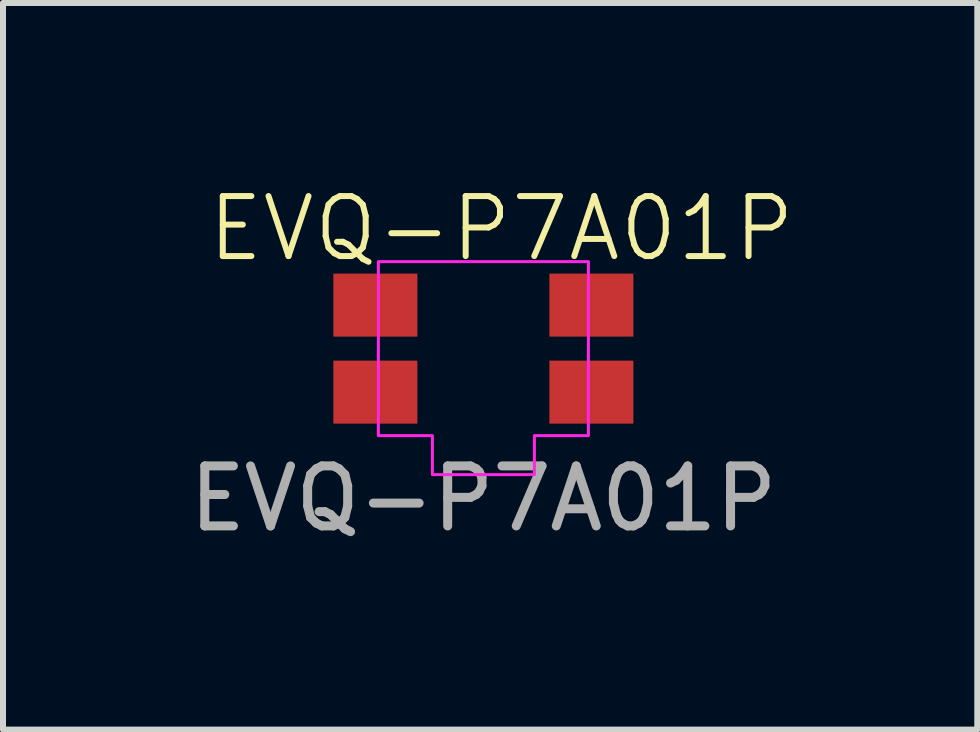
<source format=kicad_pcb>
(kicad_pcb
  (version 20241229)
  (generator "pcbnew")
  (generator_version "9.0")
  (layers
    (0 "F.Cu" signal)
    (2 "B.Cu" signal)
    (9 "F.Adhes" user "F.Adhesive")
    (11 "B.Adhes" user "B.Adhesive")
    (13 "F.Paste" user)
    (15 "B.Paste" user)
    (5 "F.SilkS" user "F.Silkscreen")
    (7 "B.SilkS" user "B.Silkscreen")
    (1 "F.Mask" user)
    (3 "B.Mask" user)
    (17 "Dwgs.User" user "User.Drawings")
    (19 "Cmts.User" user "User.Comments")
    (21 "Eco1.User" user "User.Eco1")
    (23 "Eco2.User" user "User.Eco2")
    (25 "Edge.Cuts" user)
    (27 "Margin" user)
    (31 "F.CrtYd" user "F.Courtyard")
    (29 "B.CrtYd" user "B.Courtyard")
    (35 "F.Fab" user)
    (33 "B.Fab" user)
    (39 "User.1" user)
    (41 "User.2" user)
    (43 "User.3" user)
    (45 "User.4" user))
  (footprint "EVQ-P7A01P"
    (layer "F.Cu")
    (at 5.006 2.76)
    (property "Reference" "EVQ-P7A01P" (at 0.3 -2 0) (unlocked yes) (layer "F.SilkS") (effects (font (size 1 1) (thickness 0.1))))
    (attr smd)
    (fp_poly (pts (xy 1.75 -1.45) (xy -1.75 -1.45) (xy -1.75 1.45) (xy -0.85 1.45) (xy -0.85 2.1) (xy 0.85 2.1) (xy 0.85 1.45) (xy 1.75 1.45)) (stroke (width 0.05) (type solid)) (fill no) (layer "F.CrtYd"))
    (fp_text user "${REFERENCE}" (at 0 2.5 0) (unlocked yes) (layer "F.Fab") (effects (font (size 1 1) (thickness 0.15))))
    (pad "1" smd rect (at -1.8 -0.725) (size 1.4 1.05) (layers "F.Cu" "F.Mask" "F.Paste"))
    (pad "1" smd rect (at 1.8 -0.725) (size 1.4 1.05) (layers "F.Cu" "F.Mask" "F.Paste"))
    (pad "2" smd rect (at -1.8 0.725) (size 1.4 1.05) (layers "F.Cu" "F.Mask" "F.Paste" "Eco2.User"))
    (pad "2" smd rect (at 1.8 0.725) (size 1.4 1.05) (layers "F.Cu" "F.Mask" "F.Paste")))
  (gr_rect
    (start -3 -3)
    (end 13.237 9.109)
    (stroke (width 0.1) (type default))
    (fill no)
    (layer "Edge.Cuts")))
</source>
